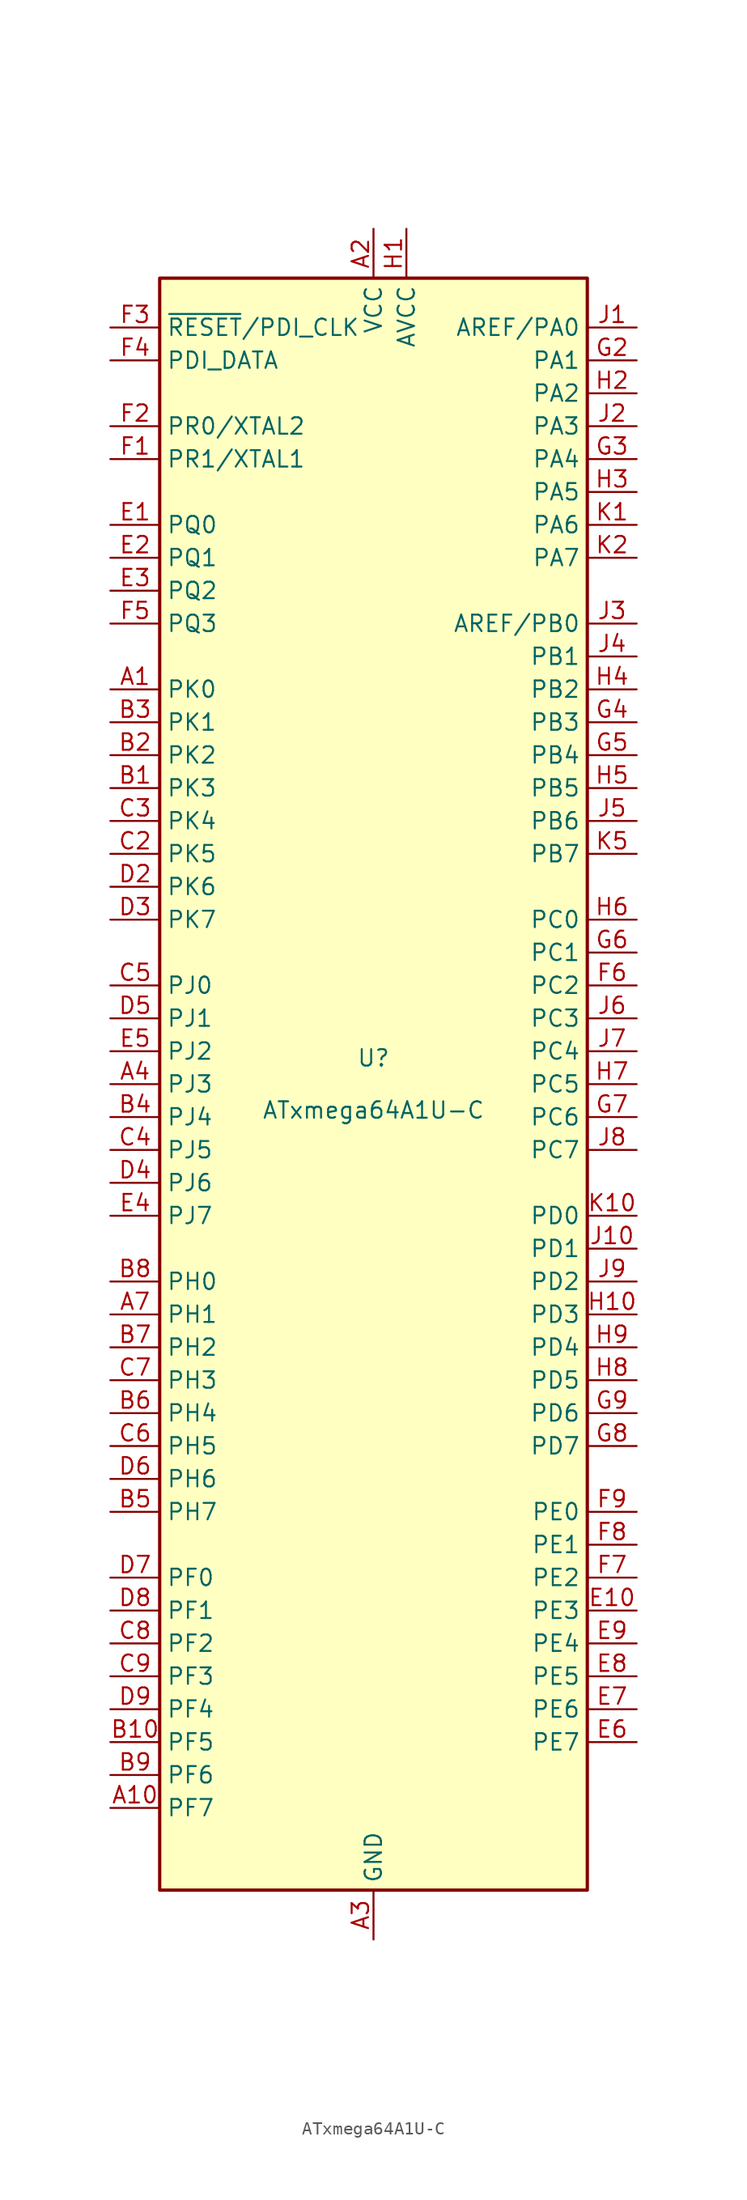
<source format=kicad_sym>
(kicad_symbol_lib
  (version 20241209)
  (generator "kicad_symbol_editor")
  (generator_version "9.0")
  (symbol "ATxmega64A1U-C"
    (property "Reference" "U"
      (at 0 1.27 0)
      (effects (font (size 1.27 1.27)) (justify bottom)))
    (property "Value" "ATxmega64A1U-C"
      (at 0 -1.27 0)
      (effects (font (size 1.27 1.27)) (justify top)))
    (symbol "ATxmega64A1U-C_0_1"
      (rectangle (start -16.51 -62.23) (end 16.51 62.23) (stroke (width 0.254) (type default)) (fill (type background))))
    (symbol "ATxmega64A1U-C_1_1"
      (pin input line (at -20.32 58.42 0) (length 3.81) (name "~{RESET}/PDI_CLK" (effects (font (size 1.27 1.27)))) (number "F3" (effects (font (size 1.27 1.27)))))
      (pin bidirectional line (at -20.32 55.88 0) (length 3.81) (name "PDI_DATA" (effects (font (size 1.27 1.27)))) (number "F4" (effects (font (size 1.27 1.27)))))
      (pin bidirectional line (at -20.32 50.8 0) (length 3.81) (name "PR0/XTAL2" (effects (font (size 1.27 1.27)))) (number "F2" (effects (font (size 1.27 1.27)))))
      (pin bidirectional line (at -20.32 48.26 0) (length 3.81) (name "PR1/XTAL1" (effects (font (size 1.27 1.27)))) (number "F1" (effects (font (size 1.27 1.27)))))
      (pin bidirectional line (at -20.32 43.18 0) (length 3.81) (name "PQ0" (effects (font (size 1.27 1.27)))) (number "E1" (effects (font (size 1.27 1.27)))))
      (pin bidirectional line (at -20.32 40.64 0) (length 3.81) (name "PQ1" (effects (font (size 1.27 1.27)))) (number "E2" (effects (font (size 1.27 1.27)))))
      (pin bidirectional line (at -20.32 38.1 0) (length 3.81) (name "PQ2" (effects (font (size 1.27 1.27)))) (number "E3" (effects (font (size 1.27 1.27)))))
      (pin bidirectional line (at -20.32 35.56 0) (length 3.81) (name "PQ3" (effects (font (size 1.27 1.27)))) (number "F5" (effects (font (size 1.27 1.27)))))
      (pin bidirectional line (at -20.32 30.48 0) (length 3.81) (name "PK0" (effects (font (size 1.27 1.27)))) (number "A1" (effects (font (size 1.27 1.27)))))
      (pin bidirectional line (at -20.32 27.94 0) (length 3.81) (name "PK1" (effects (font (size 1.27 1.27)))) (number "B3" (effects (font (size 1.27 1.27)))))
      (pin bidirectional line (at -20.32 25.4 0) (length 3.81) (name "PK2" (effects (font (size 1.27 1.27)))) (number "B2" (effects (font (size 1.27 1.27)))))
      (pin bidirectional line (at -20.32 22.86 0) (length 3.81) (name "PK3" (effects (font (size 1.27 1.27)))) (number "B1" (effects (font (size 1.27 1.27)))))
      (pin bidirectional line (at -20.32 20.32 0) (length 3.81) (name "PK4" (effects (font (size 1.27 1.27)))) (number "C3" (effects (font (size 1.27 1.27)))))
      (pin bidirectional line (at -20.32 17.78 0) (length 3.81) (name "PK5" (effects (font (size 1.27 1.27)))) (number "C2" (effects (font (size 1.27 1.27)))))
      (pin bidirectional line (at -20.32 15.24 0) (length 3.81) (name "PK6" (effects (font (size 1.27 1.27)))) (number "D2" (effects (font (size 1.27 1.27)))))
      (pin bidirectional line (at -20.32 12.7 0) (length 3.81) (name "PK7" (effects (font (size 1.27 1.27)))) (number "D3" (effects (font (size 1.27 1.27)))))
      (pin bidirectional line (at -20.32 7.62 0) (length 3.81) (name "PJ0" (effects (font (size 1.27 1.27)))) (number "C5" (effects (font (size 1.27 1.27)))))
      (pin bidirectional line (at -20.32 5.08 0) (length 3.81) (name "PJ1" (effects (font (size 1.27 1.27)))) (number "D5" (effects (font (size 1.27 1.27)))))
      (pin bidirectional line (at -20.32 2.54 0) (length 3.81) (name "PJ2" (effects (font (size 1.27 1.27)))) (number "E5" (effects (font (size 1.27 1.27)))))
      (pin bidirectional line (at -20.32 0 0) (length 3.81) (name "PJ3" (effects (font (size 1.27 1.27)))) (number "A4" (effects (font (size 1.27 1.27)))))
      (pin bidirectional line (at -20.32 -2.54 0) (length 3.81) (name "PJ4" (effects (font (size 1.27 1.27)))) (number "B4" (effects (font (size 1.27 1.27)))))
      (pin bidirectional line (at -20.32 -5.08 0) (length 3.81) (name "PJ5" (effects (font (size 1.27 1.27)))) (number "C4" (effects (font (size 1.27 1.27)))))
      (pin bidirectional line (at -20.32 -7.62 0) (length 3.81) (name "PJ6" (effects (font (size 1.27 1.27)))) (number "D4" (effects (font (size 1.27 1.27)))))
      (pin bidirectional line (at -20.32 -10.16 0) (length 3.81) (name "PJ7" (effects (font (size 1.27 1.27)))) (number "E4" (effects (font (size 1.27 1.27)))))
      (pin bidirectional line (at -20.32 -15.24 0) (length 3.81) (name "PH0" (effects (font (size 1.27 1.27)))) (number "B8" (effects (font (size 1.27 1.27)))))
      (pin bidirectional line (at -20.32 -17.78 0) (length 3.81) (name "PH1" (effects (font (size 1.27 1.27)))) (number "A7" (effects (font (size 1.27 1.27)))))
      (pin bidirectional line (at -20.32 -20.32 0) (length 3.81) (name "PH2" (effects (font (size 1.27 1.27)))) (number "B7" (effects (font (size 1.27 1.27)))))
      (pin bidirectional line (at -20.32 -22.86 0) (length 3.81) (name "PH3" (effects (font (size 1.27 1.27)))) (number "C7" (effects (font (size 1.27 1.27)))))
      (pin bidirectional line (at -20.32 -25.4 0) (length 3.81) (name "PH4" (effects (font (size 1.27 1.27)))) (number "B6" (effects (font (size 1.27 1.27)))))
      (pin bidirectional line (at -20.32 -27.94 0) (length 3.81) (name "PH5" (effects (font (size 1.27 1.27)))) (number "C6" (effects (font (size 1.27 1.27)))))
      (pin bidirectional line (at -20.32 -30.48 0) (length 3.81) (name "PH6" (effects (font (size 1.27 1.27)))) (number "D6" (effects (font (size 1.27 1.27)))))
      (pin bidirectional line (at -20.32 -33.02 0) (length 3.81) (name "PH7" (effects (font (size 1.27 1.27)))) (number "B5" (effects (font (size 1.27 1.27)))))
      (pin bidirectional line (at -20.32 -38.1 0) (length 3.81) (name "PF0" (effects (font (size 1.27 1.27)))) (number "D7" (effects (font (size 1.27 1.27)))))
      (pin bidirectional line (at -20.32 -40.64 0) (length 3.81) (name "PF1" (effects (font (size 1.27 1.27)))) (number "D8" (effects (font (size 1.27 1.27)))))
      (pin bidirectional line (at -20.32 -43.18 0) (length 3.81) (name "PF2" (effects (font (size 1.27 1.27)))) (number "C8" (effects (font (size 1.27 1.27)))))
      (pin bidirectional line (at -20.32 -45.72 0) (length 3.81) (name "PF3" (effects (font (size 1.27 1.27)))) (number "C9" (effects (font (size 1.27 1.27)))))
      (pin bidirectional line (at -20.32 -48.26 0) (length 3.81) (name "PF4" (effects (font (size 1.27 1.27)))) (number "D9" (effects (font (size 1.27 1.27)))))
      (pin bidirectional line (at -20.32 -50.8 0) (length 3.81) (name "PF5" (effects (font (size 1.27 1.27)))) (number "B10" (effects (font (size 1.27 1.27)))))
      (pin bidirectional line (at -20.32 -53.34 0) (length 3.81) (name "PF6" (effects (font (size 1.27 1.27)))) (number "B9" (effects (font (size 1.27 1.27)))))
      (pin bidirectional line (at -20.32 -55.88 0) (length 3.81) (name "PF7" (effects (font (size 1.27 1.27)))) (number "A10" (effects (font (size 1.27 1.27)))))
      (pin power_in line (at 0 66.04 270) (length 3.81) (name "VCC" (effects (font (size 1.27 1.27)))) (number "A2" (effects (font (size 1.27 1.27)))))
      (pin passive line (at 0 66.04 270) (length 3.81) (hide yes) (name "VCC" (effects (font (size 1.27 1.27)))) (number "A5" (effects (font (size 1.27 1.27)))))
      (pin passive line (at 0 66.04 270) (length 3.81) (hide yes) (name "VCC" (effects (font (size 1.27 1.27)))) (number "A9" (effects (font (size 1.27 1.27)))))
      (pin passive line (at 0 66.04 270) (length 3.81) (hide yes) (name "VCC" (effects (font (size 1.27 1.27)))) (number "C1" (effects (font (size 1.27 1.27)))))
      (pin passive line (at 0 66.04 270) (length 3.81) (hide yes) (name "VCC" (effects (font (size 1.27 1.27)))) (number "C10" (effects (font (size 1.27 1.27)))))
      (pin passive line (at 0 66.04 270) (length 3.81) (hide yes) (name "VCC" (effects (font (size 1.27 1.27)))) (number "F10" (effects (font (size 1.27 1.27)))))
      (pin passive line (at 0 66.04 270) (length 3.81) (hide yes) (name "VCC" (effects (font (size 1.27 1.27)))) (number "K6" (effects (font (size 1.27 1.27)))))
      (pin passive line (at 0 66.04 270) (length 3.81) (hide yes) (name "VCC" (effects (font (size 1.27 1.27)))) (number "K8" (effects (font (size 1.27 1.27)))))
      (pin power_in line (at 0 -66.04 90) (length 3.81) (name "GND" (effects (font (size 1.27 1.27)))) (number "A3" (effects (font (size 1.27 1.27)))))
      (pin passive line (at 0 -66.04 90) (length 3.81) (hide yes) (name "GND" (effects (font (size 1.27 1.27)))) (number "A6" (effects (font (size 1.27 1.27)))))
      (pin passive line (at 0 -66.04 90) (length 3.81) (hide yes) (name "GND" (effects (font (size 1.27 1.27)))) (number "A8" (effects (font (size 1.27 1.27)))))
      (pin passive line (at 0 -66.04 90) (length 3.81) (hide yes) (name "GND" (effects (font (size 1.27 1.27)))) (number "D1" (effects (font (size 1.27 1.27)))))
      (pin passive line (at 0 -66.04 90) (length 3.81) (hide yes) (name "GND" (effects (font (size 1.27 1.27)))) (number "D10" (effects (font (size 1.27 1.27)))))
      (pin passive line (at 0 -66.04 90) (length 3.81) (hide yes) (name "GND" (effects (font (size 1.27 1.27)))) (number "G1" (effects (font (size 1.27 1.27)))))
      (pin passive line (at 0 -66.04 90) (length 3.81) (hide yes) (name "GND" (effects (font (size 1.27 1.27)))) (number "G10" (effects (font (size 1.27 1.27)))))
      (pin passive line (at 0 -66.04 90) (length 3.81) (hide yes) (name "GND" (effects (font (size 1.27 1.27)))) (number "K3" (effects (font (size 1.27 1.27)))))
      (pin passive line (at 0 -66.04 90) (length 3.81) (hide yes) (name "GND" (effects (font (size 1.27 1.27)))) (number "K7" (effects (font (size 1.27 1.27)))))
      (pin passive line (at 0 -66.04 90) (length 3.81) (hide yes) (name "GND" (effects (font (size 1.27 1.27)))) (number "K9" (effects (font (size 1.27 1.27)))))
      (pin power_in line (at 2.54 66.04 270) (length 3.81) (name "AVCC" (effects (font (size 1.27 1.27)))) (number "H1" (effects (font (size 1.27 1.27)))))
      (pin passive line (at 2.54 66.04 270) (length 3.81) (hide yes) (name "AVCC" (effects (font (size 1.27 1.27)))) (number "K4" (effects (font (size 1.27 1.27)))))
      (pin bidirectional line (at 20.32 58.42 180) (length 3.81) (name "AREF/PA0" (effects (font (size 1.27 1.27)))) (number "J1" (effects (font (size 1.27 1.27)))))
      (pin bidirectional line (at 20.32 55.88 180) (length 3.81) (name "PA1" (effects (font (size 1.27 1.27)))) (number "G2" (effects (font (size 1.27 1.27)))))
      (pin bidirectional line (at 20.32 53.34 180) (length 3.81) (name "PA2" (effects (font (size 1.27 1.27)))) (number "H2" (effects (font (size 1.27 1.27)))))
      (pin bidirectional line (at 20.32 50.8 180) (length 3.81) (name "PA3" (effects (font (size 1.27 1.27)))) (number "J2" (effects (font (size 1.27 1.27)))))
      (pin bidirectional line (at 20.32 48.26 180) (length 3.81) (name "PA4" (effects (font (size 1.27 1.27)))) (number "G3" (effects (font (size 1.27 1.27)))))
      (pin bidirectional line (at 20.32 45.72 180) (length 3.81) (name "PA5" (effects (font (size 1.27 1.27)))) (number "H3" (effects (font (size 1.27 1.27)))))
      (pin bidirectional line (at 20.32 43.18 180) (length 3.81) (name "PA6" (effects (font (size 1.27 1.27)))) (number "K1" (effects (font (size 1.27 1.27)))))
      (pin bidirectional line (at 20.32 40.64 180) (length 3.81) (name "PA7" (effects (font (size 1.27 1.27)))) (number "K2" (effects (font (size 1.27 1.27)))))
      (pin bidirectional line (at 20.32 35.56 180) (length 3.81) (name "AREF/PB0" (effects (font (size 1.27 1.27)))) (number "J3" (effects (font (size 1.27 1.27)))))
      (pin bidirectional line (at 20.32 33.02 180) (length 3.81) (name "PB1" (effects (font (size 1.27 1.27)))) (number "J4" (effects (font (size 1.27 1.27)))))
      (pin bidirectional line (at 20.32 30.48 180) (length 3.81) (name "PB2" (effects (font (size 1.27 1.27)))) (number "H4" (effects (font (size 1.27 1.27)))))
      (pin bidirectional line (at 20.32 27.94 180) (length 3.81) (name "PB3" (effects (font (size 1.27 1.27)))) (number "G4" (effects (font (size 1.27 1.27)))))
      (pin bidirectional line (at 20.32 25.4 180) (length 3.81) (name "PB4" (effects (font (size 1.27 1.27)))) (number "G5" (effects (font (size 1.27 1.27)))))
      (pin bidirectional line (at 20.32 22.86 180) (length 3.81) (name "PB5" (effects (font (size 1.27 1.27)))) (number "H5" (effects (font (size 1.27 1.27)))))
      (pin bidirectional line (at 20.32 20.32 180) (length 3.81) (name "PB6" (effects (font (size 1.27 1.27)))) (number "J5" (effects (font (size 1.27 1.27)))))
      (pin bidirectional line (at 20.32 17.78 180) (length 3.81) (name "PB7" (effects (font (size 1.27 1.27)))) (number "K5" (effects (font (size 1.27 1.27)))))
      (pin bidirectional line (at 20.32 12.7 180) (length 3.81) (name "PC0" (effects (font (size 1.27 1.27)))) (number "H6" (effects (font (size 1.27 1.27)))))
      (pin bidirectional line (at 20.32 10.16 180) (length 3.81) (name "PC1" (effects (font (size 1.27 1.27)))) (number "G6" (effects (font (size 1.27 1.27)))))
      (pin bidirectional line (at 20.32 7.62 180) (length 3.81) (name "PC2" (effects (font (size 1.27 1.27)))) (number "F6" (effects (font (size 1.27 1.27)))))
      (pin bidirectional line (at 20.32 5.08 180) (length 3.81) (name "PC3" (effects (font (size 1.27 1.27)))) (number "J6" (effects (font (size 1.27 1.27)))))
      (pin bidirectional line (at 20.32 2.54 180) (length 3.81) (name "PC4" (effects (font (size 1.27 1.27)))) (number "J7" (effects (font (size 1.27 1.27)))))
      (pin bidirectional line (at 20.32 0 180) (length 3.81) (name "PC5" (effects (font (size 1.27 1.27)))) (number "H7" (effects (font (size 1.27 1.27)))))
      (pin bidirectional line (at 20.32 -2.54 180) (length 3.81) (name "PC6" (effects (font (size 1.27 1.27)))) (number "G7" (effects (font (size 1.27 1.27)))))
      (pin bidirectional line (at 20.32 -5.08 180) (length 3.81) (name "PC7" (effects (font (size 1.27 1.27)))) (number "J8" (effects (font (size 1.27 1.27)))))
      (pin bidirectional line (at 20.32 -10.16 180) (length 3.81) (name "PD0" (effects (font (size 1.27 1.27)))) (number "K10" (effects (font (size 1.27 1.27)))))
      (pin bidirectional line (at 20.32 -12.7 180) (length 3.81) (name "PD1" (effects (font (size 1.27 1.27)))) (number "J10" (effects (font (size 1.27 1.27)))))
      (pin bidirectional line (at 20.32 -15.24 180) (length 3.81) (name "PD2" (effects (font (size 1.27 1.27)))) (number "J9" (effects (font (size 1.27 1.27)))))
      (pin bidirectional line (at 20.32 -17.78 180) (length 3.81) (name "PD3" (effects (font (size 1.27 1.27)))) (number "H10" (effects (font (size 1.27 1.27)))))
      (pin bidirectional line (at 20.32 -20.32 180) (length 3.81) (name "PD4" (effects (font (size 1.27 1.27)))) (number "H9" (effects (font (size 1.27 1.27)))))
      (pin bidirectional line (at 20.32 -22.86 180) (length 3.81) (name "PD5" (effects (font (size 1.27 1.27)))) (number "H8" (effects (font (size 1.27 1.27)))))
      (pin bidirectional line (at 20.32 -25.4 180) (length 3.81) (name "PD6" (effects (font (size 1.27 1.27)))) (number "G9" (effects (font (size 1.27 1.27)))))
      (pin bidirectional line (at 20.32 -27.94 180) (length 3.81) (name "PD7" (effects (font (size 1.27 1.27)))) (number "G8" (effects (font (size 1.27 1.27)))))
      (pin bidirectional line (at 20.32 -33.02 180) (length 3.81) (name "PE0" (effects (font (size 1.27 1.27)))) (number "F9" (effects (font (size 1.27 1.27)))))
      (pin bidirectional line (at 20.32 -35.56 180) (length 3.81) (name "PE1" (effects (font (size 1.27 1.27)))) (number "F8" (effects (font (size 1.27 1.27)))))
      (pin bidirectional line (at 20.32 -38.1 180) (length 3.81) (name "PE2" (effects (font (size 1.27 1.27)))) (number "F7" (effects (font (size 1.27 1.27)))))
      (pin bidirectional line (at 20.32 -40.64 180) (length 3.81) (name "PE3" (effects (font (size 1.27 1.27)))) (number "E10" (effects (font (size 1.27 1.27)))))
      (pin bidirectional line (at 20.32 -43.18 180) (length 3.81) (name "PE4" (effects (font (size 1.27 1.27)))) (number "E9" (effects (font (size 1.27 1.27)))))
      (pin bidirectional line (at 20.32 -45.72 180) (length 3.81) (name "PE5" (effects (font (size 1.27 1.27)))) (number "E8" (effects (font (size 1.27 1.27)))))
      (pin bidirectional line (at 20.32 -48.26 180) (length 3.81) (name "PE6" (effects (font (size 1.27 1.27)))) (number "E7" (effects (font (size 1.27 1.27)))))
      (pin bidirectional line (at 20.32 -50.8 180) (length 3.81) (name "PE7" (effects (font (size 1.27 1.27)))) (number "E6" (effects (font (size 1.27 1.27))))))))
</source>
